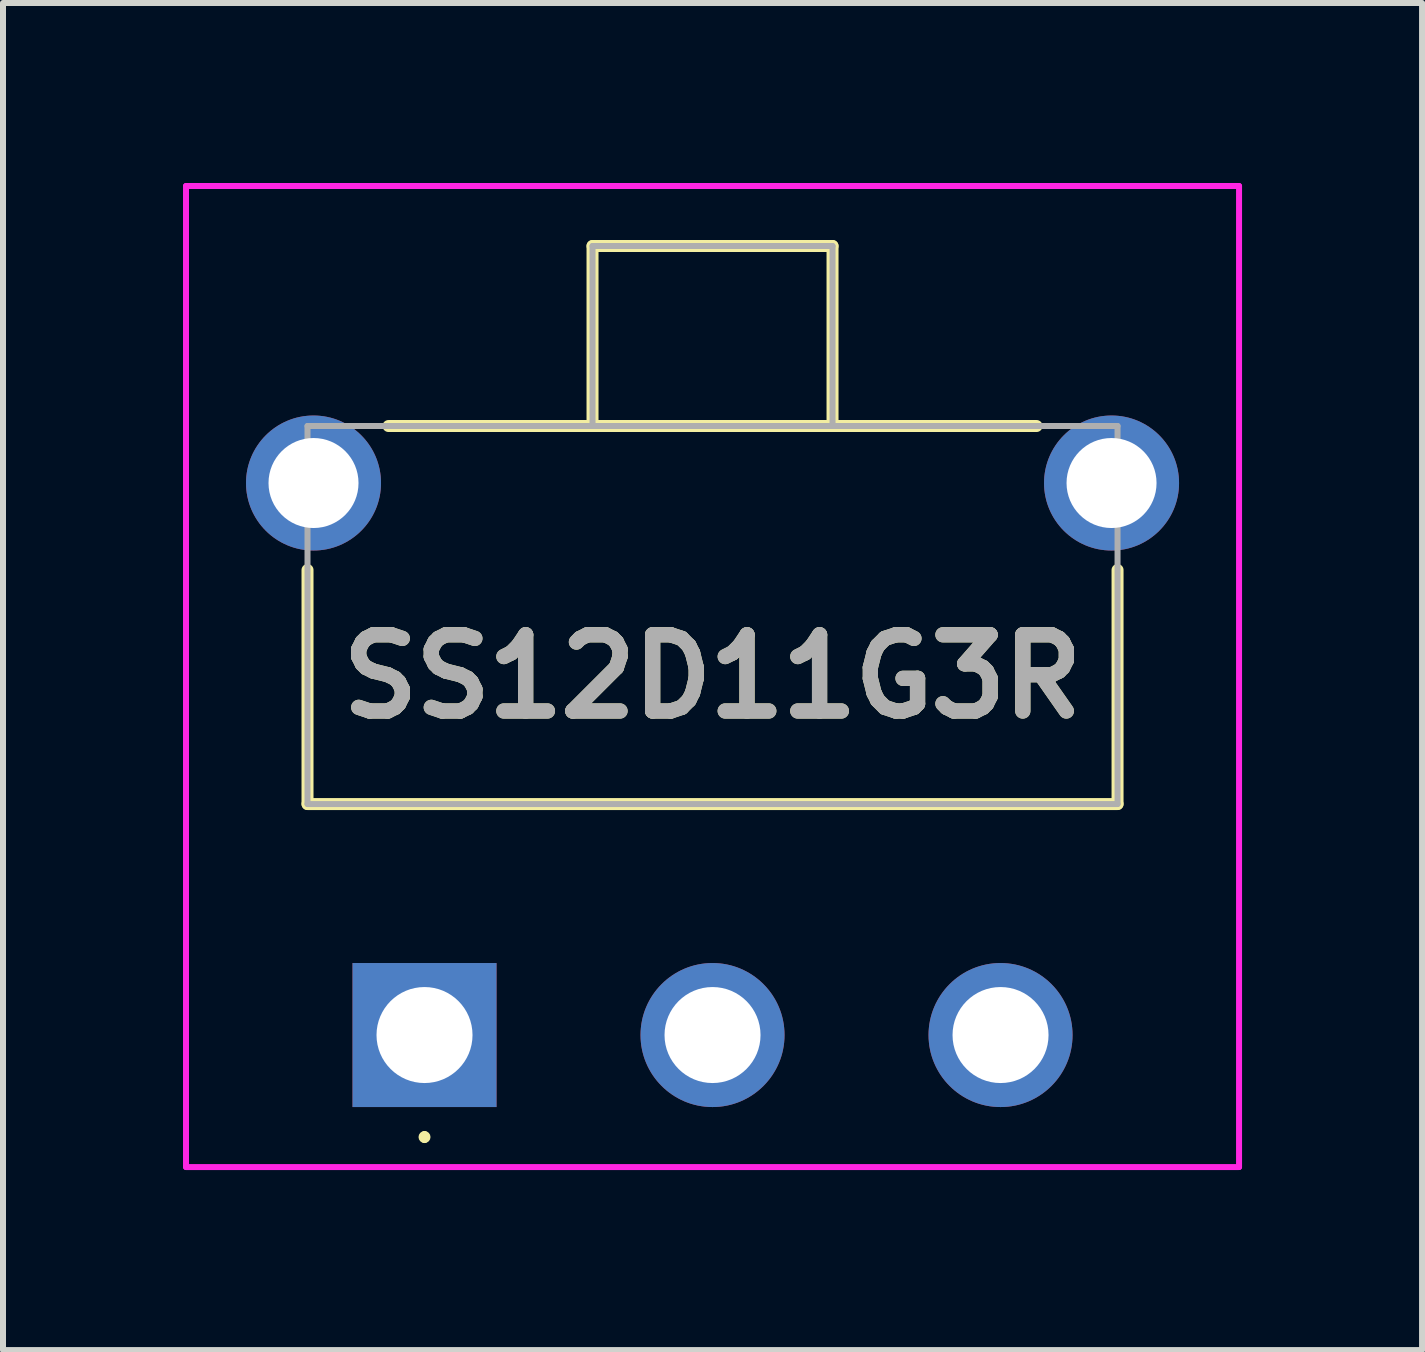
<source format=kicad_pcb>
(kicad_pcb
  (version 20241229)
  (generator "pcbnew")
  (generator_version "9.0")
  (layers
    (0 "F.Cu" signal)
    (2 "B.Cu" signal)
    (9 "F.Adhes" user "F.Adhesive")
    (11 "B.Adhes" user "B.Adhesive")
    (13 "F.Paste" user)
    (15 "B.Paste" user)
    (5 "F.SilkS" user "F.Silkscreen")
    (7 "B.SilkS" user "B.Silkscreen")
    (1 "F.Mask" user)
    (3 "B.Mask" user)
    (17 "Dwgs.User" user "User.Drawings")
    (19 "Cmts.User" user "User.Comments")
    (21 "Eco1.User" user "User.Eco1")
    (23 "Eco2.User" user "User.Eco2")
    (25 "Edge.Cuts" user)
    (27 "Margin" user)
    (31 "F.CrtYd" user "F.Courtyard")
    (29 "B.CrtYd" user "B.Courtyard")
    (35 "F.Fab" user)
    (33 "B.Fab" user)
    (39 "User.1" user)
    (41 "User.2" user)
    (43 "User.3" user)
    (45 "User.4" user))
  (footprint "SS12D11G3R"
    (layer "F.Cu")
    (at 4.025 14.2)
    (property "Reference" "SS12D11G3R" (at 4.8 -5.975 0) (layer "F.SilkS") (effects (font (size 1.27 1.27) (thickness 0.254))))
    (attr through_hole)
    (fp_line (start -1.95 -7.75) (end -1.95 -3.85) (stroke (width 0.2) (type solid)) (layer "F.SilkS"))
    (fp_line (start -1.95 -3.85) (end 11.55 -3.85) (stroke (width 0.2) (type solid)) (layer "F.SilkS"))
    (fp_line (start -0.6 -10.15) (end 10.2 -10.15) (stroke (width 0.2) (type solid)) (layer "F.SilkS"))
    (fp_line (start 0 1.65) (end 0 1.65) (stroke (width 0.1) (type solid)) (layer "F.SilkS"))
    (fp_line (start 0 1.75) (end 0 1.75) (stroke (width 0.1) (type solid)) (layer "F.SilkS"))
    (fp_line (start 2.8 -13.15) (end 6.8 -13.15) (stroke (width 0.2) (type solid)) (layer "F.SilkS"))
    (fp_line (start 2.8 -10.15) (end 2.8 -13.15) (stroke (width 0.2) (type solid)) (layer "F.SilkS"))
    (fp_line (start 6.8 -13.15) (end 6.8 -10.15) (stroke (width 0.2) (type solid)) (layer "F.SilkS"))
    (fp_line (start 11.55 -3.85) (end 11.55 -7.75) (stroke (width 0.2) (type solid)) (layer "F.SilkS"))
    (fp_arc (start 0 1.65) (mid 0.05 1.7) (end 0 1.75) (stroke (width 0.1) (type solid)) (layer "F.SilkS"))
    (fp_arc (start 0 1.75) (mid -0.05 1.7) (end 0 1.65) (stroke (width 0.1) (type solid)) (layer "F.SilkS"))
    (fp_line (start -3.975 -14.15) (end 13.575 -14.15) (stroke (width 0.1) (type solid)) (layer "F.CrtYd"))
    (fp_line (start -3.975 2.2) (end -3.975 -14.15) (stroke (width 0.1) (type solid)) (layer "F.CrtYd"))
    (fp_line (start 13.575 -14.15) (end 13.575 2.2) (stroke (width 0.1) (type solid)) (layer "F.CrtYd"))
    (fp_line (start 13.575 2.2) (end -3.975 2.2) (stroke (width 0.1) (type solid)) (layer "F.CrtYd"))
    (fp_line (start -1.95 -10.15) (end 11.55 -10.15) (stroke (width 0.1) (type solid)) (layer "F.Fab"))
    (fp_line (start -1.95 -3.85) (end -1.95 -10.15) (stroke (width 0.1) (type solid)) (layer "F.Fab"))
    (fp_line (start 2.8 -13.15) (end 6.8 -13.15) (stroke (width 0.1) (type solid)) (layer "F.Fab"))
    (fp_line (start 2.8 -10.15) (end 2.8 -13.15) (stroke (width 0.1) (type solid)) (layer "F.Fab"))
    (fp_line (start 6.8 -13.15) (end 6.8 -10.15) (stroke (width 0.1) (type solid)) (layer "F.Fab"))
    (fp_line (start 11.55 -10.15) (end 11.55 -3.85) (stroke (width 0.1) (type solid)) (layer "F.Fab"))
    (fp_line (start 11.55 -3.85) (end -1.95 -3.85) (stroke (width 0.1) (type solid)) (layer "F.Fab"))
    (fp_text user "${REFERENCE}" (at 4.8 -5.975 0) (layer "F.Fab") (effects (font (size 1.27 1.27) (thickness 0.254))))
    (pad "1" thru_hole rect (at 0 0) (size 2.4 2.4) (drill 1.6) (layers "*.Cu" "*.Mask"))
    (pad "2" thru_hole circle (at 4.8 0) (size 2.4 2.4) (drill 1.6) (layers "*.Cu" "*.Mask"))
    (pad "3" thru_hole circle (at 9.6 0) (size 2.4 2.4) (drill 1.6) (layers "*.Cu" "*.Mask"))
    (pad "4" thru_hole circle (at -1.85 -9.2) (size 2.25 2.25) (drill 1.5) (layers "*.Cu" "*.Mask"))
    (pad "5" thru_hole circle (at 11.45 -9.2) (size 2.25 2.25) (drill 1.5) (layers "*.Cu" "*.Mask")))
  (gr_rect
    (start -3 -3)
    (end 20.65 19.45)
    (stroke (width 0.1) (type default))
    (fill no)
    (layer "Edge.Cuts")))
</source>
